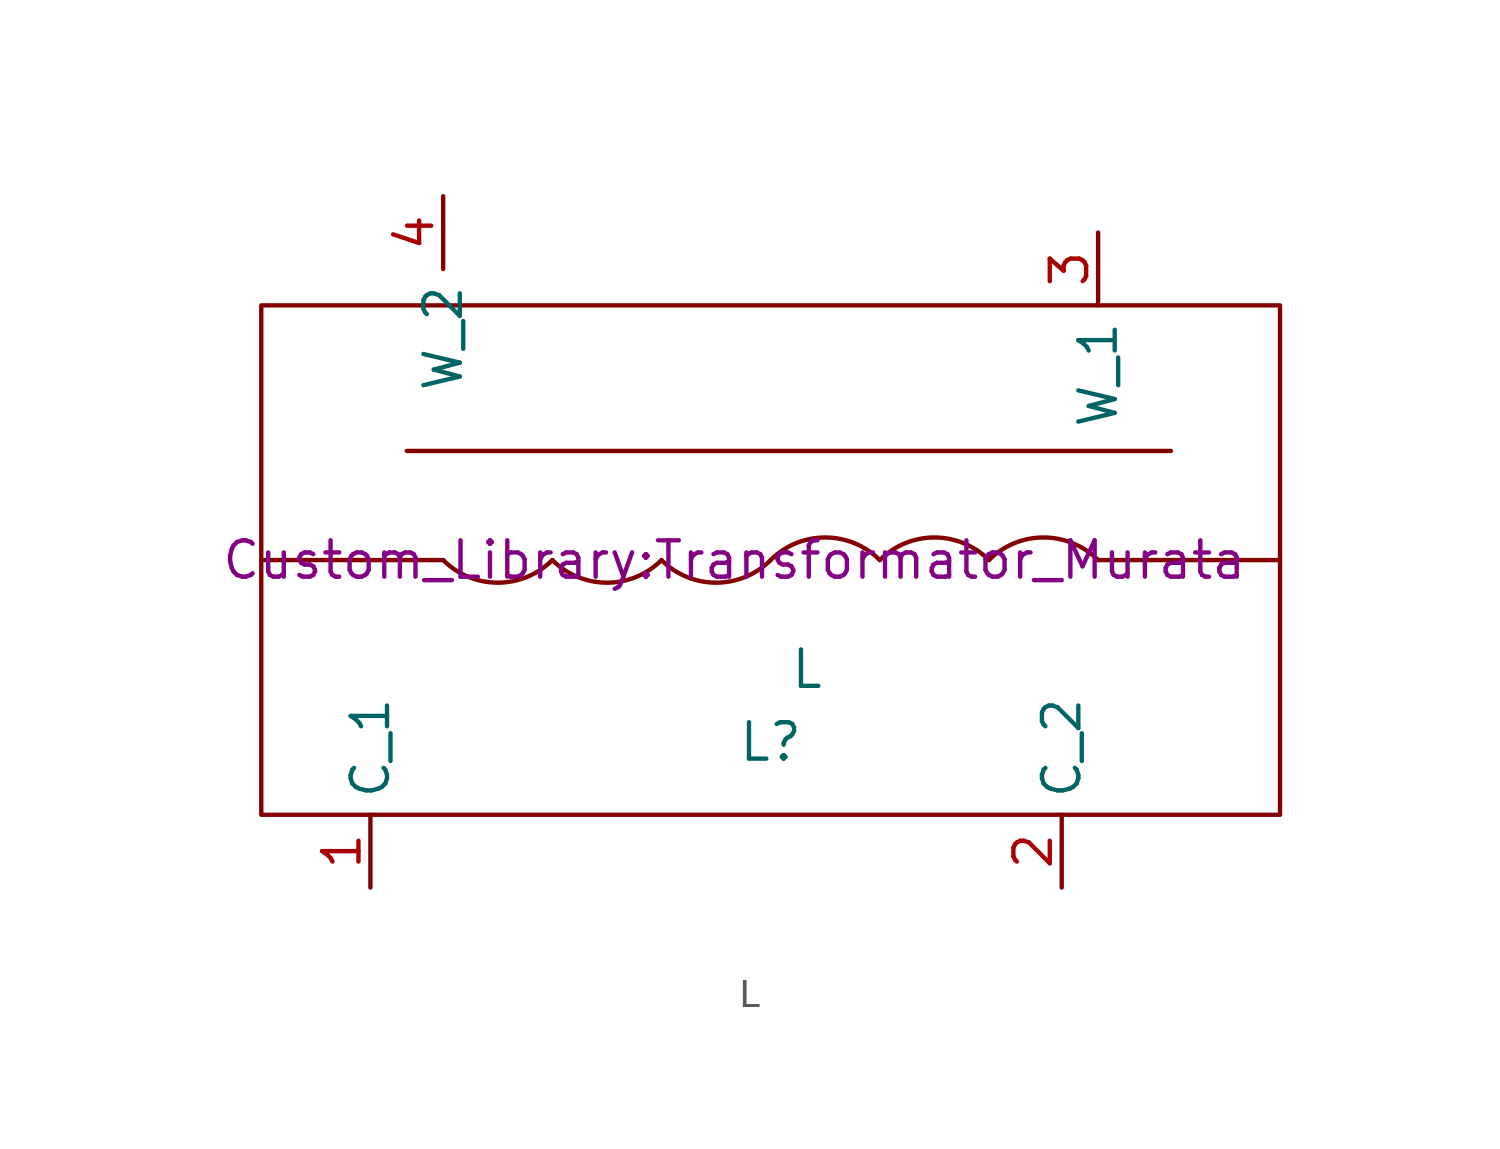
<source format=kicad_sym>
(kicad_symbol_lib
  (version 20211014)
  (generator kicad_symbol_editor)
  (symbol "L"
    (property "Reference" "L"
      (at 0 -6.35 0)
      (effects (font (size 1.27 1.27))))
    (property "Value" "L"
      (at 1.27 -3.81 0)
      (effects (font (size 1.27 1.27))))
    (property "Footprint" "Custom_Library:Transformator_Murata"
      (at -1.27 0 0)
      (effects (font (size 1.27 1.27))))
    (symbol "L_0_1"
      (rectangle (start -17.78 8.89) (end 17.78 -8.89) (stroke (width 0) (type default) (color 0 0 0 0)) (fill (type none)))
      (arc (start -11.43 0) (mid -9.525 -0.7891) (end -7.62 0) (stroke (width 0) (type default) (color 0 0 0 0)) (fill (type none)))
      (arc (start -7.62 0) (mid -5.715 -0.7891) (end -3.81 0) (stroke (width 0) (type default) (color 0 0 0 0)) (fill (type none)))
      (arc (start -3.81 0) (mid -1.905 -0.7891) (end 0 0) (stroke (width 0) (type default) (color 0 0 0 0)) (fill (type none)))
      (polyline (pts (xy -17.78 0) (xy -11.43 0)) (stroke (width 0) (type default) (color 0 0 0 0)) (fill (type none)))
      (polyline (pts (xy -12.7 3.81) (xy 13.97 3.81)) (stroke (width 0) (type default) (color 0 0 0 0)) (fill (type none)))
      (polyline (pts (xy 17.78 0) (xy 11.43 0)) (stroke (width 0) (type default) (color 0 0 0 0)) (fill (type none)))
      (arc (start 3.81 0) (mid 1.905 4.5991) (end 0 0) (stroke (width 0) (type default) (color 0 0 0 0)) (fill (type none)))
      (arc (start 7.62 0) (mid 5.715 4.5991) (end 3.81 0) (stroke (width 0) (type default) (color 0 0 0 0)) (fill (type none)))
      (arc (start 11.43 0) (mid 9.525 4.5991) (end 7.62 0) (stroke (width 0) (type default) (color 0 0 0 0)) (fill (type none))))
    (symbol "L_1_1"
      (pin output line (at -13.97 -11.43 90) (length 2.54) (name "C_1" (effects (font (size 1.27 1.27)))) (number "1" (effects (font (size 1.27 1.27)))))
      (pin output line (at 10.16 -11.43 90) (length 2.54) (name "C_2" (effects (font (size 1.27 1.27)))) (number "2" (effects (font (size 1.27 1.27)))))
      (pin input line (at 11.43 11.43 270) (length 2.54) (name "W_1" (effects (font (size 1.27 1.27)))) (number "3" (effects (font (size 1.27 1.27)))))
      (pin input line (at -11.43 12.7 270) (length 2.54) (name "W_2" (effects (font (size 1.27 1.27)))) (number "4" (effects (font (size 1.27 1.27))))))))
</source>
